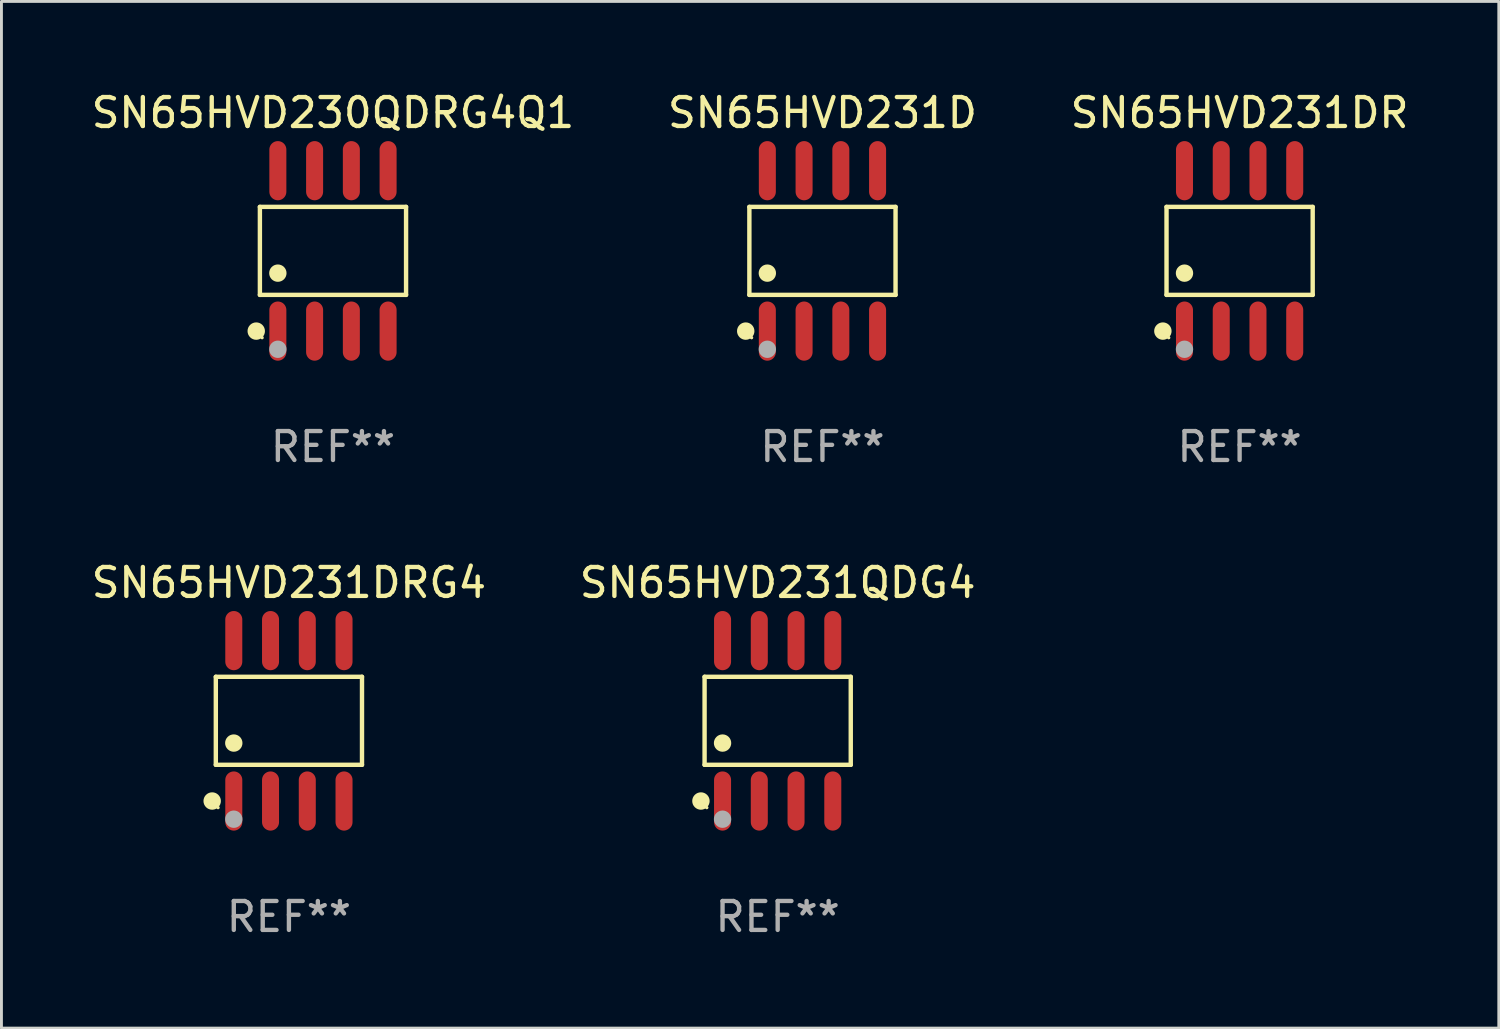
<source format=kicad_pcb>
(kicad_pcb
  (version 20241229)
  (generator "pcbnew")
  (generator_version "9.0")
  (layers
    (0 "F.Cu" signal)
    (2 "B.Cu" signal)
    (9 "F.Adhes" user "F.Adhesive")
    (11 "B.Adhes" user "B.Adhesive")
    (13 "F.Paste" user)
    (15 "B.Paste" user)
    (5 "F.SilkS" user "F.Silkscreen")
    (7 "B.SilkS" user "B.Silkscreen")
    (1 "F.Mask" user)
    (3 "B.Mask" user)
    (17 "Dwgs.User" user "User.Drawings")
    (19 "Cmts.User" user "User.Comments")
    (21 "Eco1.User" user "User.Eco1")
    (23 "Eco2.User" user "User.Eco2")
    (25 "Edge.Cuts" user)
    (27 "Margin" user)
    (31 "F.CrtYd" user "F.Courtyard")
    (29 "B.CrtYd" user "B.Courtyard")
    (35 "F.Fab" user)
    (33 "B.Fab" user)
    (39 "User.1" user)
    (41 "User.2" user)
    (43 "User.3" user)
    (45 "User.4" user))
  (footprint "SN65HVD231DRG4"
    (layer "F.Cu")
    (at 6.935 21.862)
    (property "Reference" "SN65HVD231DRG4" (at 0 -4.772 0) (layer "F.SilkS") (effects (font (size 1 1) (thickness 0.15))))
    (attr through_hole)
    (fp_line (start -2.526 -1.521) (end 2.526 -1.521) (stroke (width 0.152) (type solid)) (layer "F.SilkS"))
    (fp_line (start -2.526 1.521) (end -2.526 -1.521) (stroke (width 0.152) (type solid)) (layer "F.SilkS"))
    (fp_line (start 2.526 -1.521) (end 2.526 1.521) (stroke (width 0.152) (type solid)) (layer "F.SilkS"))
    (fp_line (start 2.526 1.521) (end -2.526 1.521) (stroke (width 0.152) (type solid)) (layer "F.SilkS"))
    (fp_circle (center -2.652 2.772) (end -2.501 2.772) (stroke (width 0.3) (type solid)) (fill no) (layer "F.SilkS"))
    (fp_circle (center -2.45 3) (end -2.42 3) (stroke (width 0.06) (type solid)) (fill no) (layer "F.SilkS"))
    (fp_circle (center -1.905 0.769) (end -1.755 0.769) (stroke (width 0.3) (type solid)) (fill no) (layer "F.SilkS"))
    (fp_circle (center -1.905 3.4) (end -1.755 3.4) (stroke (width 0.3) (type solid)) (fill no) (layer "F.Fab"))
    (fp_text user "REF**" (at 0 6.772 0) (layer "F.Fab") (effects (font (size 1 1) (thickness 0.15))))
    (pad "1" smd oval (at -1.905 2.772) (size 0.588 2.045) (layers "F.Cu" "F.Mask" "F.Paste"))
    (pad "2" smd oval (at -0.635 2.772) (size 0.588 2.045) (layers "F.Cu" "F.Mask" "F.Paste"))
    (pad "3" smd oval (at 0.635 2.772) (size 0.588 2.045) (layers "F.Cu" "F.Mask" "F.Paste"))
    (pad "4" smd oval (at 1.905 2.772) (size 0.588 2.045) (layers "F.Cu" "F.Mask" "F.Paste"))
    (pad "5" smd oval (at 1.905 -2.772) (size 0.588 2.045) (layers "F.Cu" "F.Mask" "F.Paste"))
    (pad "6" smd oval (at 0.635 -2.772) (size 0.588 2.045) (layers "F.Cu" "F.Mask" "F.Paste"))
    (pad "7" smd oval (at -0.635 -2.772) (size 0.588 2.045) (layers "F.Cu" "F.Mask" "F.Paste"))
    (pad "8" smd oval (at -1.905 -2.772) (size 0.588 2.045) (layers "F.Cu" "F.Mask" "F.Paste")))
  (footprint "SN65HVD231DR"
    (layer "F.Cu")
    (at 39.792 5.621)
    (property "Reference" "SN65HVD231DR" (at 0 -4.772 0) (layer "F.SilkS") (effects (font (size 1 1) (thickness 0.15))))
    (attr through_hole)
    (fp_line (start -2.526 -1.521) (end 2.526 -1.521) (stroke (width 0.152) (type solid)) (layer "F.SilkS"))
    (fp_line (start -2.526 1.521) (end -2.526 -1.521) (stroke (width 0.152) (type solid)) (layer "F.SilkS"))
    (fp_line (start 2.526 -1.521) (end 2.526 1.521) (stroke (width 0.152) (type solid)) (layer "F.SilkS"))
    (fp_line (start 2.526 1.521) (end -2.526 1.521) (stroke (width 0.152) (type solid)) (layer "F.SilkS"))
    (fp_circle (center -2.652 2.772) (end -2.501 2.772) (stroke (width 0.3) (type solid)) (fill no) (layer "F.SilkS"))
    (fp_circle (center -2.45 3) (end -2.42 3) (stroke (width 0.06) (type solid)) (fill no) (layer "F.SilkS"))
    (fp_circle (center -1.905 0.769) (end -1.755 0.769) (stroke (width 0.3) (type solid)) (fill no) (layer "F.SilkS"))
    (fp_circle (center -1.905 3.4) (end -1.755 3.4) (stroke (width 0.3) (type solid)) (fill no) (layer "F.Fab"))
    (fp_text user "REF**" (at 0 6.772 0) (layer "F.Fab") (effects (font (size 1 1) (thickness 0.15))))
    (pad "1" smd oval (at -1.905 2.772) (size 0.588 2.045) (layers "F.Cu" "F.Mask" "F.Paste"))
    (pad "2" smd oval (at -0.635 2.772) (size 0.588 2.045) (layers "F.Cu" "F.Mask" "F.Paste"))
    (pad "3" smd oval (at 0.635 2.772) (size 0.588 2.045) (layers "F.Cu" "F.Mask" "F.Paste"))
    (pad "4" smd oval (at 1.905 2.772) (size 0.588 2.045) (layers "F.Cu" "F.Mask" "F.Paste"))
    (pad "5" smd oval (at 1.905 -2.772) (size 0.588 2.045) (layers "F.Cu" "F.Mask" "F.Paste"))
    (pad "6" smd oval (at 0.635 -2.772) (size 0.588 2.045) (layers "F.Cu" "F.Mask" "F.Paste"))
    (pad "7" smd oval (at -0.635 -2.772) (size 0.588 2.045) (layers "F.Cu" "F.Mask" "F.Paste"))
    (pad "8" smd oval (at -1.905 -2.772) (size 0.588 2.045) (layers "F.Cu" "F.Mask" "F.Paste")))
  (footprint "SN65HVD230QDRG4Q1"
    (layer "F.Cu")
    (at 8.458 5.621)
    (property "Reference" "SN65HVD230QDRG4Q1" (at 0 -4.772 0) (layer "F.SilkS") (effects (font (size 1 1) (thickness 0.15))))
    (attr through_hole)
    (fp_line (start -2.526 -1.521) (end 2.526 -1.521) (stroke (width 0.152) (type solid)) (layer "F.SilkS"))
    (fp_line (start -2.526 1.521) (end -2.526 -1.521) (stroke (width 0.152) (type solid)) (layer "F.SilkS"))
    (fp_line (start 2.526 -1.521) (end 2.526 1.521) (stroke (width 0.152) (type solid)) (layer "F.SilkS"))
    (fp_line (start 2.526 1.521) (end -2.526 1.521) (stroke (width 0.152) (type solid)) (layer "F.SilkS"))
    (fp_circle (center -2.652 2.772) (end -2.501 2.772) (stroke (width 0.3) (type solid)) (fill no) (layer "F.SilkS"))
    (fp_circle (center -2.45 3) (end -2.42 3) (stroke (width 0.06) (type solid)) (fill no) (layer "F.SilkS"))
    (fp_circle (center -1.905 0.769) (end -1.755 0.769) (stroke (width 0.3) (type solid)) (fill no) (layer "F.SilkS"))
    (fp_circle (center -1.905 3.4) (end -1.755 3.4) (stroke (width 0.3) (type solid)) (fill no) (layer "F.Fab"))
    (fp_text user "REF**" (at 0 6.772 0) (layer "F.Fab") (effects (font (size 1 1) (thickness 0.15))))
    (pad "1" smd oval (at -1.905 2.772) (size 0.588 2.045) (layers "F.Cu" "F.Mask" "F.Paste"))
    (pad "2" smd oval (at -0.635 2.772) (size 0.588 2.045) (layers "F.Cu" "F.Mask" "F.Paste"))
    (pad "3" smd oval (at 0.635 2.772) (size 0.588 2.045) (layers "F.Cu" "F.Mask" "F.Paste"))
    (pad "4" smd oval (at 1.905 2.772) (size 0.588 2.045) (layers "F.Cu" "F.Mask" "F.Paste"))
    (pad "5" smd oval (at 1.905 -2.772) (size 0.588 2.045) (layers "F.Cu" "F.Mask" "F.Paste"))
    (pad "6" smd oval (at 0.635 -2.772) (size 0.588 2.045) (layers "F.Cu" "F.Mask" "F.Paste"))
    (pad "7" smd oval (at -0.635 -2.772) (size 0.588 2.045) (layers "F.Cu" "F.Mask" "F.Paste"))
    (pad "8" smd oval (at -1.905 -2.772) (size 0.588 2.045) (layers "F.Cu" "F.Mask" "F.Paste")))
  (footprint "SN65HVD231D"
    (layer "F.Cu")
    (at 25.375 5.621)
    (property "Reference" "SN65HVD231D" (at 0 -4.772 0) (layer "F.SilkS") (effects (font (size 1 1) (thickness 0.15))))
    (attr through_hole)
    (fp_line (start -2.526 -1.521) (end 2.526 -1.521) (stroke (width 0.152) (type solid)) (layer "F.SilkS"))
    (fp_line (start -2.526 1.521) (end -2.526 -1.521) (stroke (width 0.152) (type solid)) (layer "F.SilkS"))
    (fp_line (start 2.526 -1.521) (end 2.526 1.521) (stroke (width 0.152) (type solid)) (layer "F.SilkS"))
    (fp_line (start 2.526 1.521) (end -2.526 1.521) (stroke (width 0.152) (type solid)) (layer "F.SilkS"))
    (fp_circle (center -2.652 2.772) (end -2.501 2.772) (stroke (width 0.3) (type solid)) (fill no) (layer "F.SilkS"))
    (fp_circle (center -2.45 3) (end -2.42 3) (stroke (width 0.06) (type solid)) (fill no) (layer "F.SilkS"))
    (fp_circle (center -1.905 0.769) (end -1.755 0.769) (stroke (width 0.3) (type solid)) (fill no) (layer "F.SilkS"))
    (fp_circle (center -1.905 3.4) (end -1.755 3.4) (stroke (width 0.3) (type solid)) (fill no) (layer "F.Fab"))
    (fp_text user "REF**" (at 0 6.772 0) (layer "F.Fab") (effects (font (size 1 1) (thickness 0.15))))
    (pad "1" smd oval (at -1.905 2.772) (size 0.588 2.045) (layers "F.Cu" "F.Mask" "F.Paste"))
    (pad "2" smd oval (at -0.635 2.772) (size 0.588 2.045) (layers "F.Cu" "F.Mask" "F.Paste"))
    (pad "3" smd oval (at 0.635 2.772) (size 0.588 2.045) (layers "F.Cu" "F.Mask" "F.Paste"))
    (pad "4" smd oval (at 1.905 2.772) (size 0.588 2.045) (layers "F.Cu" "F.Mask" "F.Paste"))
    (pad "5" smd oval (at 1.905 -2.772) (size 0.588 2.045) (layers "F.Cu" "F.Mask" "F.Paste"))
    (pad "6" smd oval (at 0.635 -2.772) (size 0.588 2.045) (layers "F.Cu" "F.Mask" "F.Paste"))
    (pad "7" smd oval (at -0.635 -2.772) (size 0.588 2.045) (layers "F.Cu" "F.Mask" "F.Paste"))
    (pad "8" smd oval (at -1.905 -2.772) (size 0.588 2.045) (layers "F.Cu" "F.Mask" "F.Paste")))
  (footprint "SN65HVD231QDG4"
    (layer "F.Cu")
    (at 23.827 21.862)
    (property "Reference" "SN65HVD231QDG4" (at 0 -4.772 0) (layer "F.SilkS") (effects (font (size 1 1) (thickness 0.15))))
    (attr through_hole)
    (fp_line (start -2.526 -1.521) (end 2.526 -1.521) (stroke (width 0.152) (type solid)) (layer "F.SilkS"))
    (fp_line (start -2.526 1.521) (end -2.526 -1.521) (stroke (width 0.152) (type solid)) (layer "F.SilkS"))
    (fp_line (start 2.526 -1.521) (end 2.526 1.521) (stroke (width 0.152) (type solid)) (layer "F.SilkS"))
    (fp_line (start 2.526 1.521) (end -2.526 1.521) (stroke (width 0.152) (type solid)) (layer "F.SilkS"))
    (fp_circle (center -2.652 2.772) (end -2.501 2.772) (stroke (width 0.3) (type solid)) (fill no) (layer "F.SilkS"))
    (fp_circle (center -2.45 3) (end -2.42 3) (stroke (width 0.06) (type solid)) (fill no) (layer "F.SilkS"))
    (fp_circle (center -1.905 0.769) (end -1.755 0.769) (stroke (width 0.3) (type solid)) (fill no) (layer "F.SilkS"))
    (fp_circle (center -1.905 3.4) (end -1.755 3.4) (stroke (width 0.3) (type solid)) (fill no) (layer "F.Fab"))
    (fp_text user "REF**" (at 0 6.772 0) (layer "F.Fab") (effects (font (size 1 1) (thickness 0.15))))
    (pad "1" smd oval (at -1.905 2.772) (size 0.588 2.045) (layers "F.Cu" "F.Mask" "F.Paste"))
    (pad "2" smd oval (at -0.635 2.772) (size 0.588 2.045) (layers "F.Cu" "F.Mask" "F.Paste"))
    (pad "3" smd oval (at 0.635 2.772) (size 0.588 2.045) (layers "F.Cu" "F.Mask" "F.Paste"))
    (pad "4" smd oval (at 1.905 2.772) (size 0.588 2.045) (layers "F.Cu" "F.Mask" "F.Paste"))
    (pad "5" smd oval (at 1.905 -2.772) (size 0.588 2.045) (layers "F.Cu" "F.Mask" "F.Paste"))
    (pad "6" smd oval (at 0.635 -2.772) (size 0.588 2.045) (layers "F.Cu" "F.Mask" "F.Paste"))
    (pad "7" smd oval (at -0.635 -2.772) (size 0.588 2.045) (layers "F.Cu" "F.Mask" "F.Paste"))
    (pad "8" smd oval (at -1.905 -2.772) (size 0.588 2.045) (layers "F.Cu" "F.Mask" "F.Paste")))
  (gr_rect
    (start -3 -3)
    (end 48.75 32.483)
    (stroke (width 0.1) (type default))
    (fill no)
    (layer "Edge.Cuts")))
</source>
